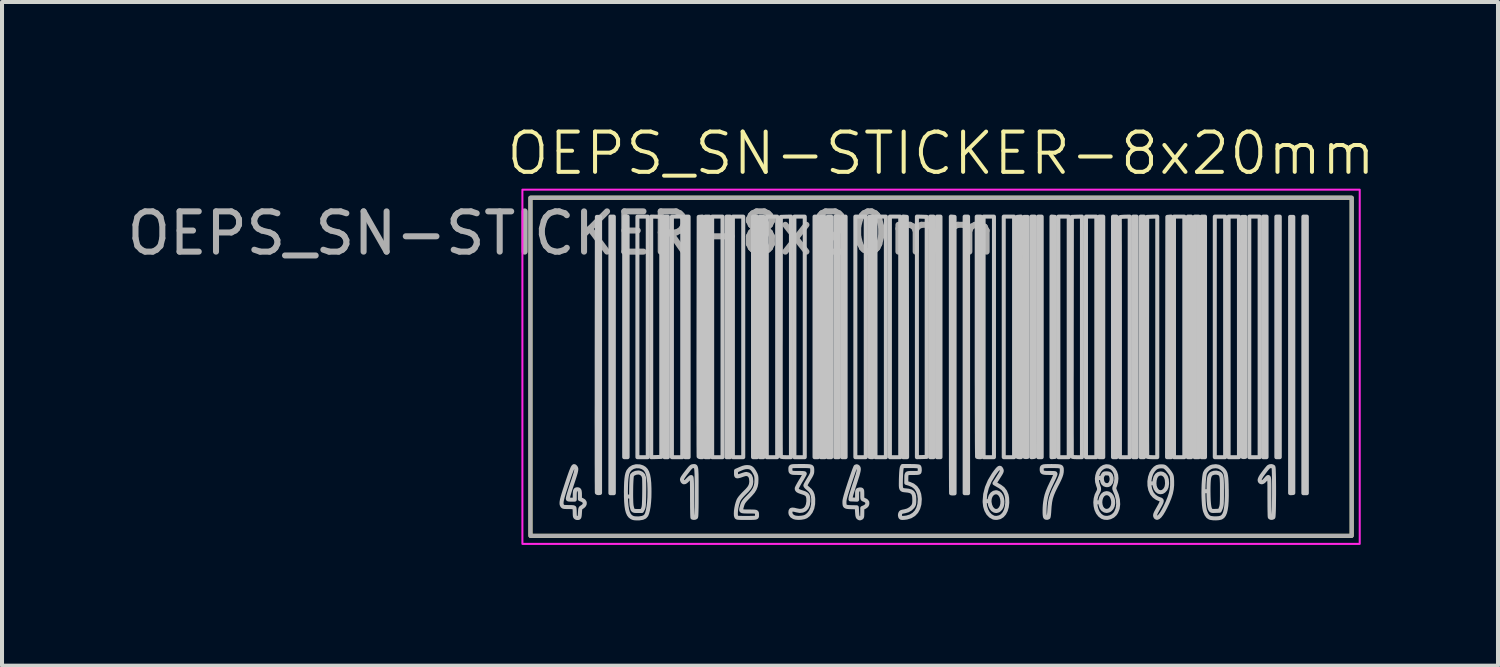
<source format=kicad_pcb>
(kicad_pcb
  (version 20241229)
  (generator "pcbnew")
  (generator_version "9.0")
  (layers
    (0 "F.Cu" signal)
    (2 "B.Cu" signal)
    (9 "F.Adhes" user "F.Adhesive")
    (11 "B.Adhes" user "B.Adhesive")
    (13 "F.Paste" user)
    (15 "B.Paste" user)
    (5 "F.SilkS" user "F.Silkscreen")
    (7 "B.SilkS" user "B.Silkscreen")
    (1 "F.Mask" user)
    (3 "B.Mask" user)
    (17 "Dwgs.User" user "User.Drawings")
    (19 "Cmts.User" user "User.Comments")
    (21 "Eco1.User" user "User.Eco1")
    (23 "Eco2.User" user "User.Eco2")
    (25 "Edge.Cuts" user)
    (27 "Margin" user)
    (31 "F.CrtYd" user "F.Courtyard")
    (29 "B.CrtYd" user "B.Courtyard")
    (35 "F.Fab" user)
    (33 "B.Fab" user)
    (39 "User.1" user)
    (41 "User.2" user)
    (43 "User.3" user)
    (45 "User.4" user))
  (footprint "OEPS_SN-STICKER-8x20mm"
    (layer "F.Cu")
    (at 20.327 6.061)
    (property "Reference" "OEPS_SN-STICKER-8x20mm" (at 0 -5.3 0) (unlocked yes) (layer "F.SilkS") (effects (font (size 1 1) (thickness 0.1))))
    (attr smd exclude_from_pos_files exclude_from_bom)
    (fp_rect (start -10.2 -4.2) (end 10.2 4.2) (stroke (width 0.1) (type default)) (fill no) (layer "F.SilkS"))
    (fp_poly (pts (xy -8.129 -0.294) (xy -8.129 3.141) (xy -8.171 3.141) (xy -8.214 3.141) (xy -8.214 -0.294) (xy -8.214 -3.73) (xy -8.171 -3.73) (xy -8.129 -3.73)) (stroke (width 0.1) (type solid)) (fill no) (layer "Dwgs.User"))
    (fp_poly (pts (xy -7.786 -0.742) (xy -7.786 2.246) (xy -7.829 2.246) (xy -7.871 2.246) (xy -7.871 -0.742) (xy -7.871 -3.73) (xy -7.829 -3.73) (xy -7.786 -3.73)) (stroke (width 0.1) (type solid)) (fill no) (layer "Dwgs.User"))
    (fp_poly (pts (xy -7.286 -0.742) (xy -7.286 2.246) (xy -7.414 2.246) (xy -7.543 2.246) (xy -7.543 -0.742) (xy -7.543 -3.73) (xy -7.414 -3.73) (xy -7.286 -3.73)) (stroke (width 0.1) (type solid)) (fill no) (layer "Dwgs.User"))
    (fp_poly (pts (xy -7.075 -3.728) (xy -6.95 -3.724) (xy -6.95 -0.742) (xy -6.95 2.239) (xy -7.075 2.243) (xy -7.2 2.246) (xy -7.2 -0.742) (xy -7.2 -3.731)) (stroke (width 0.1) (type solid)) (fill no) (layer "Dwgs.User"))
    (fp_poly (pts (xy -6.786 -0.742) (xy -6.786 2.246) (xy -6.829 2.246) (xy -6.871 2.246) (xy -6.871 -0.742) (xy -6.871 -3.73) (xy -6.829 -3.73) (xy -6.786 -3.73)) (stroke (width 0.1) (type solid)) (fill no) (layer "Dwgs.User"))
    (fp_poly (pts (xy -6.429 -0.742) (xy -6.429 2.246) (xy -6.557 2.246) (xy -6.686 2.246) (xy -6.686 -0.742) (xy -6.686 -3.73) (xy -6.557 -3.73) (xy -6.429 -3.73)) (stroke (width 0.1) (type solid)) (fill no) (layer "Dwgs.User"))
    (fp_poly (pts (xy -6.271 -0.742) (xy -6.271 2.246) (xy -6.314 2.246) (xy -6.357 2.246) (xy -6.357 -0.742) (xy -6.357 -3.73) (xy -6.314 -3.73) (xy -6.271 -3.73)) (stroke (width 0.1) (type solid)) (fill no) (layer "Dwgs.User"))
    (fp_poly (pts (xy -5.757 -0.742) (xy -5.757 2.246) (xy -5.807 2.246) (xy -5.857 2.246) (xy -5.857 -0.742) (xy -5.857 -3.73) (xy -5.807 -3.73) (xy -5.757 -3.73)) (stroke (width 0.1) (type solid)) (fill no) (layer "Dwgs.User"))
    (fp_poly (pts (xy -5.429 -0.742) (xy -5.429 2.246) (xy -5.557 2.246) (xy -5.686 2.246) (xy -5.686 -0.742) (xy -5.686 -3.73) (xy -5.557 -3.73) (xy -5.429 -3.73)) (stroke (width 0.1) (type solid)) (fill no) (layer "Dwgs.User"))
    (fp_poly (pts (xy -5.243 -0.742) (xy -5.243 2.246) (xy -5.286 2.246) (xy -5.329 2.246) (xy -5.329 -0.742) (xy -5.329 -3.73) (xy -5.286 -3.73) (xy -5.243 -3.73)) (stroke (width 0.1) (type solid)) (fill no) (layer "Dwgs.User"))
    (fp_poly (pts (xy -4.914 -0.742) (xy -4.914 2.246) (xy -5.043 2.246) (xy -5.171 2.246) (xy -5.171 -0.742) (xy -5.171 -3.73) (xy -5.043 -3.73) (xy -4.914 -3.73)) (stroke (width 0.1) (type solid)) (fill no) (layer "Dwgs.User"))
    (fp_poly (pts (xy -4.571 -0.742) (xy -4.571 2.246) (xy -4.621 2.246) (xy -4.671 2.246) (xy -4.671 -0.742) (xy -4.671 -3.73) (xy -4.621 -3.73) (xy -4.571 -3.73)) (stroke (width 0.1) (type solid)) (fill no) (layer "Dwgs.User"))
    (fp_poly (pts (xy -4.414 -0.742) (xy -4.414 2.246) (xy -4.457 2.246) (xy -4.5 2.246) (xy -4.5 -0.742) (xy -4.5 -3.73) (xy -4.457 -3.73) (xy -4.414 -3.73)) (stroke (width 0.1) (type solid)) (fill no) (layer "Dwgs.User"))
    (fp_poly (pts (xy -4.071 -0.742) (xy -4.071 2.246) (xy -4.2 2.246) (xy -4.329 2.246) (xy -4.329 -0.742) (xy -4.329 -3.73) (xy -4.2 -3.73) (xy -4.071 -3.73)) (stroke (width 0.1) (type solid)) (fill no) (layer "Dwgs.User"))
    (fp_poly (pts (xy -3.386 -0.742) (xy -3.386 2.246) (xy -3.514 2.246) (xy -3.643 2.246) (xy -3.643 -0.742) (xy -3.643 -3.73) (xy -3.514 -3.73) (xy -3.386 -3.73)) (stroke (width 0.1) (type solid)) (fill no) (layer "Dwgs.User"))
    (fp_poly (pts (xy -3.057 -0.742) (xy -3.057 2.246) (xy -3.1 2.246) (xy -3.143 2.246) (xy -3.143 -0.742) (xy -3.143 -3.73) (xy -3.1 -3.73) (xy -3.057 -3.73)) (stroke (width 0.1) (type solid)) (fill no) (layer "Dwgs.User"))
    (fp_poly (pts (xy -2.889 -0.739) (xy -2.886 2.246) (xy -2.936 2.246) (xy -2.986 2.246) (xy -2.982 -0.739) (xy -2.979 -3.724) (xy -2.936 -3.724) (xy -2.893 -3.724)) (stroke (width 0.1) (type solid)) (fill no) (layer "Dwgs.User"))
    (fp_poly (pts (xy -2.729 -0.742) (xy -2.729 2.246) (xy -2.771 2.246) (xy -2.814 2.246) (xy -2.814 -0.742) (xy -2.814 -3.73) (xy -2.771 -3.73) (xy -2.729 -3.73)) (stroke (width 0.1) (type solid)) (fill no) (layer "Dwgs.User"))
    (fp_poly (pts (xy -2.543 -0.742) (xy -2.543 2.246) (xy -2.586 2.246) (xy -2.629 2.246) (xy -2.629 -0.742) (xy -2.629 -3.73) (xy -2.586 -3.73) (xy -2.543 -3.73)) (stroke (width 0.1) (type solid)) (fill no) (layer "Dwgs.User"))
    (fp_poly (pts (xy -2.371 -0.742) (xy -2.371 2.246) (xy -2.414 2.246) (xy -2.457 2.246) (xy -2.457 -0.742) (xy -2.457 -3.73) (xy -2.414 -3.73) (xy -2.371 -3.73)) (stroke (width 0.1) (type solid)) (fill no) (layer "Dwgs.User"))
    (fp_poly (pts (xy -1.871 -0.742) (xy -1.871 2.246) (xy -2 2.246) (xy -2.129 2.246) (xy -2.129 -0.742) (xy -2.129 -3.73) (xy -2 -3.73) (xy -1.871 -3.73)) (stroke (width 0.1) (type solid)) (fill no) (layer "Dwgs.User"))
    (fp_poly (pts (xy -1.371 -0.742) (xy -1.371 2.246) (xy -1.5 2.246) (xy -1.629 2.246) (xy -1.629 -0.742) (xy -1.629 -3.73) (xy -1.5 -3.73) (xy -1.371 -3.73)) (stroke (width 0.1) (type solid)) (fill no) (layer "Dwgs.User"))
    (fp_poly (pts (xy -1.014 -0.742) (xy -1.014 2.246) (xy -1.143 2.246) (xy -1.271 2.246) (xy -1.271 -0.742) (xy -1.271 -3.73) (xy -1.143 -3.73) (xy -1.014 -3.73)) (stroke (width 0.1) (type solid)) (fill no) (layer "Dwgs.User"))
    (fp_poly (pts (xy -0.896 -3.728) (xy -0.85 -3.724) (xy -0.846 -0.739) (xy -0.843 2.246) (xy -0.893 2.246) (xy -0.943 2.246) (xy -0.943 -0.743) (xy -0.943 -3.732)) (stroke (width 0.1) (type solid)) (fill no) (layer "Dwgs.User"))
    (fp_poly (pts (xy -0.478 -3.728) (xy -0.357 -3.724) (xy -0.357 -0.742) (xy -0.357 2.239) (xy -0.478 2.243) (xy -0.6 2.246) (xy -0.6 -0.742) (xy -0.6 -3.731)) (stroke (width 0.1) (type solid)) (fill no) (layer "Dwgs.User"))
    (fp_poly (pts (xy -0.186 -0.742) (xy -0.186 2.246) (xy -0.229 2.246) (xy -0.271 2.246) (xy -0.271 -0.742) (xy -0.271 -3.73) (xy -0.229 -3.73) (xy -0.186 -3.73)) (stroke (width 0.1) (type solid)) (fill no) (layer "Dwgs.User"))
    (fp_poly (pts (xy -0.014 -0.742) (xy -0.014 2.246) (xy -0.057 2.246) (xy -0.1 2.246) (xy -0.1 -0.742) (xy -0.1 -3.73) (xy -0.057 -3.73) (xy -0.014 -3.73)) (stroke (width 0.1) (type solid)) (fill no) (layer "Dwgs.User"))
    (fp_poly (pts (xy 0.671 -0.294) (xy 0.671 3.141) (xy 0.629 3.141) (xy 0.586 3.141) (xy 0.586 -0.294) (xy 0.586 -3.73) (xy 0.629 -3.73) (xy 0.671 -3.73)) (stroke (width 0.1) (type solid)) (fill no) (layer "Dwgs.User"))
    (fp_poly (pts (xy 1.314 -0.742) (xy 1.314 2.246) (xy 1.186 2.246) (xy 1.057 2.246) (xy 1.057 -0.742) (xy 1.057 -3.73) (xy 1.186 -3.73) (xy 1.314 -3.73)) (stroke (width 0.1) (type solid)) (fill no) (layer "Dwgs.User"))
    (fp_poly (pts (xy 1.814 -0.742) (xy 1.814 2.246) (xy 1.686 2.246) (xy 1.557 2.246) (xy 1.557 -0.742) (xy 1.557 -3.73) (xy 1.686 -3.73) (xy 1.814 -3.73)) (stroke (width 0.1) (type solid)) (fill no) (layer "Dwgs.User"))
    (fp_poly (pts (xy 2.5 -0.742) (xy 2.5 2.246) (xy 2.457 2.246) (xy 2.414 2.246) (xy 2.414 -0.742) (xy 2.414 -3.73) (xy 2.457 -3.73) (xy 2.5 -3.73)) (stroke (width 0.1) (type solid)) (fill no) (layer "Dwgs.User"))
    (fp_poly (pts (xy 2.786 -3.728) (xy 2.829 -3.724) (xy 2.829 -0.742) (xy 2.829 2.239) (xy 2.786 2.243) (xy 2.743 2.247) (xy 2.743 -0.742) (xy 2.743 -3.732)) (stroke (width 0.1) (type solid)) (fill no) (layer "Dwgs.User"))
    (fp_poly (pts (xy 3.171 -0.742) (xy 3.171 2.246) (xy 3.043 2.246) (xy 2.914 2.246) (xy 2.914 -0.742) (xy 2.914 -3.73) (xy 3.043 -3.73) (xy 3.171 -3.73)) (stroke (width 0.1) (type solid)) (fill no) (layer "Dwgs.User"))
    (fp_poly (pts (xy 3.857 -0.742) (xy 3.857 2.246) (xy 3.729 2.246) (xy 3.6 2.246) (xy 3.6 -0.742) (xy 3.6 -3.73) (xy 3.729 -3.73) (xy 3.857 -3.73)) (stroke (width 0.1) (type solid)) (fill no) (layer "Dwgs.User"))
    (fp_poly (pts (xy 4.029 -0.742) (xy 4.029 2.246) (xy 3.979 2.246) (xy 3.929 2.246) (xy 3.929 -0.742) (xy 3.929 -3.73) (xy 3.979 -3.73) (xy 4.029 -3.73)) (stroke (width 0.1) (type solid)) (fill no) (layer "Dwgs.User"))
    (fp_poly (pts (xy 4.357 -0.742) (xy 4.357 2.246) (xy 4.314 2.246) (xy 4.271 2.246) (xy 4.271 -0.742) (xy 4.271 -3.73) (xy 4.314 -3.73) (xy 4.357 -3.73)) (stroke (width 0.1) (type solid)) (fill no) (layer "Dwgs.User"))
    (fp_poly (pts (xy 4.857 -0.742) (xy 4.857 2.246) (xy 4.814 2.246) (xy 4.771 2.246) (xy 4.771 -0.742) (xy 4.771 -3.73) (xy 4.814 -3.73) (xy 4.857 -3.73)) (stroke (width 0.1) (type solid)) (fill no) (layer "Dwgs.User"))
    (fp_poly (pts (xy 5.043 -0.742) (xy 5.043 2.246) (xy 5 2.246) (xy 4.957 2.246) (xy 4.957 -0.742) (xy 4.957 -3.73) (xy 5 -3.73) (xy 5.043 -3.73)) (stroke (width 0.1) (type solid)) (fill no) (layer "Dwgs.User"))
    (fp_poly (pts (xy 5.714 -0.743) (xy 5.714 2.246) (xy 5.664 2.246) (xy 5.614 2.246) (xy 5.618 -0.739) (xy 5.621 -3.724) (xy 5.668 -3.728) (xy 5.714 -3.732)) (stroke (width 0.1) (type solid)) (fill no) (layer "Dwgs.User"))
    (fp_poly (pts (xy 6.043 -0.742) (xy 6.043 2.246) (xy 5.914 2.246) (xy 5.786 2.246) (xy 5.786 -0.742) (xy 5.786 -3.73) (xy 5.914 -3.73) (xy 6.043 -3.73)) (stroke (width 0.1) (type solid)) (fill no) (layer "Dwgs.User"))
    (fp_poly (pts (xy 6.214 -0.742) (xy 6.214 2.246) (xy 6.171 2.246) (xy 6.129 2.246) (xy 6.129 -0.742) (xy 6.129 -3.73) (xy 6.171 -3.73) (xy 6.214 -3.73)) (stroke (width 0.1) (type solid)) (fill no) (layer "Dwgs.User"))
    (fp_poly (pts (xy 6.4 -0.742) (xy 6.4 2.246) (xy 6.35 2.246) (xy 6.3 2.246) (xy 6.3 -0.742) (xy 6.3 -3.73) (xy 6.35 -3.73) (xy 6.4 -3.73)) (stroke (width 0.1) (type solid)) (fill no) (layer "Dwgs.User"))
    (fp_poly (pts (xy 6.557 -0.742) (xy 6.557 2.246) (xy 6.514 2.246) (xy 6.471 2.246) (xy 6.471 -0.742) (xy 6.471 -3.73) (xy 6.514 -3.73) (xy 6.557 -3.73)) (stroke (width 0.1) (type solid)) (fill no) (layer "Dwgs.User"))
    (fp_poly (pts (xy 7.057 -0.742) (xy 7.057 2.246) (xy 6.929 2.246) (xy 6.8 2.246) (xy 6.8 -0.742) (xy 6.8 -3.73) (xy 6.929 -3.73) (xy 7.057 -3.73)) (stroke (width 0.1) (type solid)) (fill no) (layer "Dwgs.User"))
    (fp_poly (pts (xy 7.4 -0.742) (xy 7.4 2.246) (xy 7.271 2.246) (xy 7.143 2.246) (xy 7.143 -0.742) (xy 7.143 -3.73) (xy 7.271 -3.73) (xy 7.4 -3.73)) (stroke (width 0.1) (type solid)) (fill no) (layer "Dwgs.User"))
    (fp_poly (pts (xy 7.914 -0.742) (xy 7.914 2.246) (xy 7.786 2.246) (xy 7.657 2.246) (xy 7.657 -0.742) (xy 7.657 -3.73) (xy 7.786 -3.73) (xy 7.914 -3.73)) (stroke (width 0.1) (type solid)) (fill no) (layer "Dwgs.User"))
    (fp_poly (pts (xy 8.086 -0.742) (xy 8.086 2.246) (xy 8.043 2.246) (xy 8 2.246) (xy 8 -0.742) (xy 8 -3.73) (xy 8.043 -3.73) (xy 8.086 -3.73)) (stroke (width 0.1) (type solid)) (fill no) (layer "Dwgs.User"))
    (fp_poly (pts (xy 8.414 -0.742) (xy 8.414 2.246) (xy 8.371 2.246) (xy 8.329 2.246) (xy 8.329 -0.742) (xy 8.329 -3.73) (xy 8.371 -3.73) (xy 8.414 -3.73)) (stroke (width 0.1) (type solid)) (fill no) (layer "Dwgs.User"))
    (fp_poly (pts (xy 9.086 -0.294) (xy 9.086 3.141) (xy 9.043 3.141) (xy 9 3.141) (xy 9 -0.294) (xy 9 -3.73) (xy 9.043 -3.73) (xy 9.086 -3.73)) (stroke (width 0.1) (type solid)) (fill no) (layer "Dwgs.User"))
    (fp_poly (pts (xy -5.929 -0.743) (xy -5.929 2.246) (xy -5.972 2.246) (xy -6.005 2.241) (xy -6.022 2.23) (xy -6.023 2.217) (xy -6.023 2.18) (xy -6.024 2.12) (xy -6.024 2.04) (xy -6.025 1.939) (xy -6.025 1.818) (xy -6.025 1.68) (xy -6.025 1.524) (xy -6.026 1.353) (xy -6.026 1.166) (xy -6.026 0.966) (xy -6.026 0.753) (xy -6.026 0.528) (xy -6.026 0.292) (xy -6.026 0.046) (xy -6.026 -0.208) (xy -6.025 -0.469) (xy -6.025 -0.737) (xy -6.025 -0.755) (xy -6.021 -3.724) (xy -5.975 -3.728) (xy -5.929 -3.732)) (stroke (width 0.1) (type solid)) (fill no) (layer "Dwgs.User"))
    (fp_poly (pts (xy 0.986 -0.742) (xy 0.986 2.246) (xy 0.945 2.246) (xy 0.913 2.243) (xy 0.895 2.237) (xy 0.894 2.224) (xy 0.894 2.188) (xy 0.893 2.129) (xy 0.892 2.049) (xy 0.891 1.949) (xy 0.89 1.829) (xy 0.89 1.691) (xy 0.889 1.536) (xy 0.889 1.365) (xy 0.888 1.179) (xy 0.887 0.979) (xy 0.887 0.766) (xy 0.887 0.541) (xy 0.886 0.306) (xy 0.886 0.06) (xy 0.886 -0.194) (xy 0.886 -0.455) (xy 0.886 -0.723) (xy 0.886 -0.751) (xy 0.886 -3.73) (xy 0.936 -3.73) (xy 0.986 -3.73)) (stroke (width 0.1) (type solid)) (fill no) (layer "Dwgs.User"))
    (fp_poly (pts (xy 1.986 -0.743) (xy 1.986 2.246) (xy 1.944 2.246) (xy 1.911 2.242) (xy 1.894 2.235) (xy 1.893 2.222) (xy 1.893 2.185) (xy 1.892 2.126) (xy 1.892 2.046) (xy 1.891 1.946) (xy 1.891 1.826) (xy 1.89 1.688) (xy 1.89 1.533) (xy 1.89 1.361) (xy 1.889 1.175) (xy 1.889 0.975) (xy 1.889 0.762) (xy 1.889 0.537) (xy 1.889 0.301) (xy 1.889 0.056) (xy 1.889 -0.198) (xy 1.889 -0.459) (xy 1.89 -0.727) (xy 1.89 -0.75) (xy 1.893 -3.724) (xy 1.939 -3.728) (xy 1.986 -3.732)) (stroke (width 0.1) (type solid)) (fill no) (layer "Dwgs.User"))
    (fp_poly (pts (xy 2.15 -0.742) (xy 2.15 2.239) (xy 2.111 2.243) (xy 2.078 2.241) (xy 2.064 2.231) (xy 2.063 2.217) (xy 2.063 2.18) (xy 2.062 2.121) (xy 2.062 2.04) (xy 2.061 1.939) (xy 2.061 1.819) (xy 2.061 1.68) (xy 2.06 1.525) (xy 2.06 1.353) (xy 2.06 1.166) (xy 2.06 0.966) (xy 2.06 0.753) (xy 2.06 0.528) (xy 2.06 0.292) (xy 2.06 0.046) (xy 2.06 -0.208) (xy 2.06 -0.469) (xy 2.061 -0.737) (xy 2.061 -0.755) (xy 2.064 -3.724) (xy 2.107 -3.724) (xy 2.15 -3.724)) (stroke (width 0.1) (type solid)) (fill no) (layer "Dwgs.User"))
    (fp_poly (pts (xy 7.558 -0.742) (xy 7.558 2.239) (xy 7.522 2.243) (xy 7.491 2.241) (xy 7.478 2.231) (xy 7.478 2.217) (xy 7.477 2.18) (xy 7.477 2.121) (xy 7.476 2.04) (xy 7.476 1.939) (xy 7.475 1.819) (xy 7.475 1.68) (xy 7.475 1.525) (xy 7.474 1.353) (xy 7.474 1.166) (xy 7.474 0.966) (xy 7.474 0.753) (xy 7.474 0.528) (xy 7.474 0.292) (xy 7.474 0.046) (xy 7.474 -0.208) (xy 7.475 -0.469) (xy 7.475 -0.737) (xy 7.475 -0.755) (xy 7.479 -3.724) (xy 7.518 -3.724) (xy 7.558 -3.724)) (stroke (width 0.1) (type solid)) (fill no) (layer "Dwgs.User"))
    (fp_poly (pts (xy -8.471 -0.294) (xy -8.471 3.135) (xy -8.507 3.139) (xy -8.537 3.136) (xy -8.55 3.127) (xy -8.551 3.113) (xy -8.551 3.076) (xy -8.552 3.017) (xy -8.552 2.935) (xy -8.553 2.834) (xy -8.553 2.712) (xy -8.553 2.572) (xy -8.554 2.415) (xy -8.554 2.241) (xy -8.554 2.051) (xy -8.554 1.847) (xy -8.554 1.629) (xy -8.555 1.398) (xy -8.555 1.155) (xy -8.554 0.902) (xy -8.554 0.64) (xy -8.554 0.368) (xy -8.554 0.089) (xy -8.554 -0.197) (xy -8.554 -0.307) (xy -8.55 -3.724) (xy -8.51 -3.724) (xy -8.47 -3.724)) (stroke (width 0.1) (type solid)) (fill no) (layer "Dwgs.User"))
    (fp_poly (pts (xy -1.7 -0.743) (xy -1.7 2.246) (xy -1.743 2.246) (xy -1.773 2.242) (xy -1.786 2.233) (xy -1.786 2.233) (xy -1.786 2.22) (xy -1.786 2.183) (xy -1.786 2.124) (xy -1.786 2.044) (xy -1.786 1.943) (xy -1.786 1.823) (xy -1.786 1.685) (xy -1.786 1.53) (xy -1.786 1.358) (xy -1.786 1.172) (xy -1.786 0.972) (xy -1.786 0.758) (xy -1.786 0.534) (xy -1.786 0.298) (xy -1.786 0.053) (xy -1.786 -0.201) (xy -1.786 -0.463) (xy -1.786 -0.731) (xy -1.786 -0.752) (xy -1.786 -3.724) (xy -1.743 -3.728) (xy -1.7 -3.732)) (stroke (width 0.1) (type solid)) (fill no) (layer "Dwgs.User"))
    (fp_poly (pts (xy 0.289 -3.728) (xy 0.336 -3.724) (xy 0.336 -0.289) (xy 0.336 3.145) (xy 0.296 3.147) (xy 0.264 3.146) (xy 0.249 3.143) (xy 0.249 3.13) (xy 0.248 3.094) (xy 0.248 3.035) (xy 0.247 2.955) (xy 0.247 2.854) (xy 0.246 2.734) (xy 0.246 2.594) (xy 0.245 2.438) (xy 0.245 2.264) (xy 0.245 2.075) (xy 0.244 1.871) (xy 0.244 1.654) (xy 0.244 1.423) (xy 0.243 1.181) (xy 0.243 0.928) (xy 0.243 0.666) (xy 0.243 0.394) (xy 0.243 0.115) (xy 0.243 -0.171) (xy 0.243 -0.297) (xy 0.243 -3.732)) (stroke (width 0.1) (type solid)) (fill no) (layer "Dwgs.User"))
    (fp_poly (pts (xy 2.329 -0.755) (xy 2.329 -0.486) (xy 2.329 -0.224) (xy 2.329 0.031) (xy 2.329 0.277) (xy 2.329 0.513) (xy 2.329 0.739) (xy 2.329 0.953) (xy 2.329 1.154) (xy 2.33 1.342) (xy 2.33 1.514) (xy 2.33 1.671) (xy 2.33 1.81) (xy 2.331 1.932) (xy 2.331 2.034) (xy 2.331 2.116) (xy 2.331 2.177) (xy 2.332 2.215) (xy 2.332 2.23) (xy 2.332 2.23) (xy 2.322 2.237) (xy 2.293 2.243) (xy 2.289 2.243) (xy 2.243 2.247) (xy 2.243 -0.742) (xy 2.243 -3.73) (xy 2.286 -3.73) (xy 2.329 -3.73)) (stroke (width 0.1) (type solid)) (fill no) (layer "Dwgs.User"))
    (fp_poly (pts (xy 8.75 -0.294) (xy 8.75 3.135) (xy 8.711 3.139) (xy 8.682 3.141) (xy 8.671 3.139) (xy 8.671 3.127) (xy 8.671 3.091) (xy 8.671 3.032) (xy 8.671 2.952) (xy 8.671 2.851) (xy 8.671 2.731) (xy 8.671 2.592) (xy 8.671 2.435) (xy 8.671 2.262) (xy 8.671 2.073) (xy 8.671 1.869) (xy 8.671 1.652) (xy 8.671 1.421) (xy 8.671 1.179) (xy 8.671 0.927) (xy 8.671 0.664) (xy 8.671 0.393) (xy 8.671 0.114) (xy 8.671 -0.172) (xy 8.671 -0.294) (xy 8.671 -3.724) (xy 8.711 -3.724) (xy 8.75 -3.724)) (stroke (width 0.1) (type solid)) (fill no) (layer "Dwgs.User"))
    (fp_poly (pts (xy -3.729 -0.743) (xy -3.729 2.246) (xy -3.85 2.246) (xy -3.919 2.244) (xy -3.961 2.239) (xy -3.979 2.231) (xy -3.979 2.23) (xy -3.98 2.217) (xy -3.98 2.18) (xy -3.981 2.12) (xy -3.981 2.04) (xy -3.982 1.939) (xy -3.982 1.818) (xy -3.982 1.68) (xy -3.983 1.524) (xy -3.983 1.353) (xy -3.983 1.166) (xy -3.983 0.966) (xy -3.983 0.753) (xy -3.983 0.528) (xy -3.983 0.292) (xy -3.983 0.046) (xy -3.983 -0.208) (xy -3.983 -0.469) (xy -3.982 -0.737) (xy -3.982 -0.755) (xy -3.979 -3.724) (xy -3.854 -3.728) (xy -3.729 -3.731)) (stroke (width 0.1) (type solid)) (fill no) (layer "Dwgs.User"))
    (fp_poly (pts (xy 3.5 -0.743) (xy 3.5 2.246) (xy 3.378 2.246) (xy 3.31 2.244) (xy 3.268 2.239) (xy 3.25 2.231) (xy 3.249 2.23) (xy 3.249 2.217) (xy 3.248 2.18) (xy 3.248 2.12) (xy 3.247 2.04) (xy 3.247 1.939) (xy 3.247 1.818) (xy 3.246 1.68) (xy 3.246 1.524) (xy 3.246 1.353) (xy 3.246 1.166) (xy 3.245 0.966) (xy 3.245 0.753) (xy 3.245 0.528) (xy 3.245 0.292) (xy 3.246 0.046) (xy 3.246 -0.208) (xy 3.246 -0.469) (xy 3.246 -0.737) (xy 3.246 -0.755) (xy 3.25 -3.724) (xy 3.375 -3.728) (xy 3.5 -3.731)) (stroke (width 0.1) (type solid)) (fill no) (layer "Dwgs.User"))
    (fp_poly (pts (xy 4.686 -0.743) (xy 4.686 2.246) (xy 4.564 2.246) (xy 4.443 2.246) (xy 4.443 -0.73) (xy 4.443 -0.999) (xy 4.443 -1.261) (xy 4.443 -1.515) (xy 4.443 -1.762) (xy 4.443 -1.998) (xy 4.442 -2.224) (xy 4.442 -2.438) (xy 4.442 -2.639) (xy 4.442 -2.826) (xy 4.442 -2.999) (xy 4.441 -3.155) (xy 4.441 -3.295) (xy 4.441 -3.416) (xy 4.441 -3.519) (xy 4.44 -3.601) (xy 4.44 -3.661) (xy 4.44 -3.7) (xy 4.439 -3.715) (xy 4.439 -3.715) (xy 4.451 -3.719) (xy 4.485 -3.724) (xy 4.535 -3.727) (xy 4.561 -3.728) (xy 4.686 -3.731)) (stroke (width 0.1) (type solid)) (fill no) (layer "Dwgs.User"))
    (fp_poly (pts (xy 5.371 -0.743) (xy 5.371 2.246) (xy 5.251 2.246) (xy 5.195 2.244) (xy 5.151 2.241) (xy 5.126 2.237) (xy 5.123 2.235) (xy 5.122 2.222) (xy 5.121 2.185) (xy 5.121 2.126) (xy 5.12 2.046) (xy 5.12 1.945) (xy 5.119 1.825) (xy 5.119 1.687) (xy 5.118 1.532) (xy 5.118 1.361) (xy 5.118 1.175) (xy 5.118 0.975) (xy 5.118 0.762) (xy 5.118 0.537) (xy 5.118 0.301) (xy 5.118 0.056) (xy 5.118 -0.198) (xy 5.118 -0.46) (xy 5.118 -0.728) (xy 5.118 -0.75) (xy 5.121 -3.724) (xy 5.246 -3.728) (xy 5.371 -3.731)) (stroke (width 0.1) (type solid)) (fill no) (layer "Dwgs.User"))
    (fp_poly (pts (xy 8.244 2.478) (xy 8.257 2.49) (xy 8.26 2.508) (xy 8.264 2.547) (xy 8.266 2.605) (xy 8.268 2.678) (xy 8.27 2.765) (xy 8.271 2.86) (xy 8.272 2.963) (xy 8.272 3.07) (xy 8.272 3.178) (xy 8.271 3.284) (xy 8.27 3.386) (xy 8.269 3.48) (xy 8.267 3.565) (xy 8.264 3.635) (xy 8.261 3.69) (xy 8.258 3.726) (xy 8.254 3.74) (xy 8.225 3.753) (xy 8.192 3.753) (xy 8.169 3.74) (xy 8.166 3.735) (xy 8.164 3.719) (xy 8.162 3.681) (xy 8.161 3.624) (xy 8.159 3.551) (xy 8.158 3.464) (xy 8.158 3.366) (xy 8.157 3.26) (xy 8.157 3.226) (xy 8.157 3.097) (xy 8.157 2.991) (xy 8.156 2.905) (xy 8.154 2.84) (xy 8.15 2.792) (xy 8.145 2.76) (xy 8.137 2.742) (xy 8.127 2.738) (xy 8.113 2.744) (xy 8.096 2.76) (xy 8.075 2.783) (xy 8.057 2.804) (xy 8.015 2.847) (xy 7.98 2.868) (xy 7.951 2.868) (xy 7.931 2.857) (xy 7.915 2.833) (xy 7.915 2.801) (xy 7.931 2.759) (xy 7.964 2.703) (xy 8.012 2.638) (xy 8.051 2.586) (xy 8.087 2.541) (xy 8.116 2.507) (xy 8.134 2.488) (xy 8.134 2.488) (xy 8.169 2.47) (xy 8.21 2.467)) (stroke (width 0.1) (type solid)) (fill no) (layer "Dwgs.User"))
    (fp_poly (pts (xy -6.124 2.467) (xy -6.111 2.471) (xy -6.1 2.48) (xy -6.092 2.496) (xy -6.085 2.522) (xy -6.08 2.558) (xy -6.077 2.608) (xy -6.074 2.673) (xy -6.073 2.755) (xy -6.072 2.856) (xy -6.072 2.977) (xy -6.072 3.117) (xy -6.072 3.265) (xy -6.072 3.389) (xy -6.073 3.492) (xy -6.075 3.575) (xy -6.077 3.639) (xy -6.079 3.686) (xy -6.082 3.718) (xy -6.086 3.736) (xy -6.089 3.74) (xy -6.116 3.752) (xy -6.15 3.754) (xy -6.176 3.747) (xy -6.176 3.747) (xy -6.178 3.733) (xy -6.18 3.697) (xy -6.182 3.643) (xy -6.183 3.571) (xy -6.185 3.486) (xy -6.185 3.389) (xy -6.186 3.284) (xy -6.186 3.244) (xy -6.186 3.111) (xy -6.187 3) (xy -6.188 2.912) (xy -6.19 2.843) (xy -6.193 2.793) (xy -6.196 2.761) (xy -6.2 2.744) (xy -6.202 2.741) (xy -6.211 2.739) (xy -6.224 2.744) (xy -6.242 2.758) (xy -6.271 2.785) (xy -6.313 2.828) (xy -6.324 2.839) (xy -6.361 2.866) (xy -6.394 2.869) (xy -6.42 2.849) (xy -6.434 2.816) (xy -6.436 2.799) (xy -6.431 2.78) (xy -6.418 2.754) (xy -6.394 2.718) (xy -6.358 2.668) (xy -6.325 2.626) (xy -6.279 2.566) (xy -6.245 2.524) (xy -6.219 2.497) (xy -6.199 2.48) (xy -6.181 2.472) (xy -6.161 2.469) (xy -6.159 2.469) (xy -6.14 2.467)) (stroke (width 0.1) (type solid)) (fill no) (layer "Dwgs.User"))
    (fp_poly (pts (xy 2.836 2.467) (xy 2.902 2.469) (xy 2.947 2.475) (xy 2.976 2.485) (xy 2.991 2.503) (xy 2.998 2.529) (xy 2.999 2.564) (xy 3 2.571) (xy 2.997 2.618) (xy 2.988 2.667) (xy 2.97 2.722) (xy 2.943 2.787) (xy 2.905 2.867) (xy 2.858 2.957) (xy 2.802 3.07) (xy 2.76 3.169) (xy 2.729 3.264) (xy 2.709 3.361) (xy 2.696 3.468) (xy 2.69 3.552) (xy 2.686 3.616) (xy 2.681 3.671) (xy 2.675 3.713) (xy 2.669 3.737) (xy 2.668 3.739) (xy 2.639 3.753) (xy 2.605 3.75) (xy 2.589 3.74) (xy 2.581 3.721) (xy 2.575 3.682) (xy 2.572 3.627) (xy 2.572 3.563) (xy 2.574 3.493) (xy 2.579 3.421) (xy 2.586 3.362) (xy 2.601 3.272) (xy 2.622 3.185) (xy 2.652 3.097) (xy 2.693 2.999) (xy 2.746 2.887) (xy 2.75 2.879) (xy 2.781 2.814) (xy 2.808 2.756) (xy 2.828 2.708) (xy 2.84 2.676) (xy 2.843 2.664) (xy 2.841 2.653) (xy 2.834 2.645) (xy 2.815 2.641) (xy 2.779 2.639) (xy 2.722 2.638) (xy 2.691 2.638) (xy 2.614 2.637) (xy 2.561 2.632) (xy 2.527 2.622) (xy 2.509 2.605) (xy 2.502 2.578) (xy 2.5 2.555) (xy 2.501 2.523) (xy 2.506 2.499) (xy 2.521 2.484) (xy 2.547 2.474) (xy 2.59 2.469) (xy 2.654 2.467) (xy 2.743 2.466) (xy 2.745 2.466)) (stroke (width 0.1) (type solid)) (fill no) (layer "Dwgs.User"))
    (fp_poly (pts (xy 1.478 2.517) (xy 1.495 2.542) (xy 1.505 2.566) (xy 1.508 2.58) (xy 1.506 2.595) (xy 1.5 2.614) (xy 1.486 2.642) (xy 1.463 2.681) (xy 1.429 2.735) (xy 1.388 2.8) (xy 1.327 2.894) (xy 1.36 2.914) (xy 1.391 2.932) (xy 1.434 2.957) (xy 1.463 2.973) (xy 1.536 3.028) (xy 1.591 3.1) (xy 1.627 3.187) (xy 1.641 3.262) (xy 1.645 3.376) (xy 1.633 3.479) (xy 1.608 3.568) (xy 1.57 3.642) (xy 1.52 3.699) (xy 1.46 3.737) (xy 1.39 3.753) (xy 1.367 3.754) (xy 1.328 3.751) (xy 1.3 3.745) (xy 1.228 3.704) (xy 1.169 3.642) (xy 1.125 3.563) (xy 1.095 3.468) (xy 1.083 3.36) (xy 1.083 3.338) (xy 1.203 3.338) (xy 1.205 3.368) (xy 1.22 3.441) (xy 1.247 3.501) (xy 1.283 3.547) (xy 1.326 3.575) (xy 1.373 3.584) (xy 1.421 3.571) (xy 1.438 3.561) (xy 1.479 3.52) (xy 1.507 3.467) (xy 1.522 3.406) (xy 1.525 3.341) (xy 1.516 3.278) (xy 1.497 3.219) (xy 1.467 3.17) (xy 1.428 3.135) (xy 1.38 3.118) (xy 1.364 3.117) (xy 1.312 3.128) (xy 1.267 3.16) (xy 1.232 3.208) (xy 1.21 3.269) (xy 1.203 3.338) (xy 1.083 3.338) (xy 1.083 3.332) (xy 1.097 3.165) (xy 1.139 3) (xy 1.208 2.837) (xy 1.306 2.674) (xy 1.349 2.614) (xy 1.391 2.56) (xy 1.423 2.526) (xy 1.446 2.51) (xy 1.465 2.509)) (stroke (width 0.1) (type solid)) (fill no) (layer "Dwgs.User"))
    (fp_poly (pts (xy 5.514 2.475) (xy 5.546 2.482) (xy 5.572 2.499) (xy 5.599 2.523) (xy 5.636 2.564) (xy 5.674 2.613) (xy 5.693 2.64) (xy 5.712 2.672) (xy 5.725 2.701) (xy 5.733 2.734) (xy 5.737 2.778) (xy 5.74 2.84) (xy 5.74 2.841) (xy 5.74 2.944) (xy 5.73 3.043) (xy 5.709 3.143) (xy 5.675 3.248) (xy 5.628 3.365) (xy 5.576 3.475) (xy 5.525 3.573) (xy 5.478 3.651) (xy 5.435 3.707) (xy 5.397 3.741) (xy 5.364 3.753) (xy 5.338 3.743) (xy 5.329 3.731) (xy 5.319 3.711) (xy 5.317 3.689) (xy 5.322 3.662) (xy 5.337 3.625) (xy 5.364 3.575) (xy 5.4 3.51) (xy 5.44 3.439) (xy 5.466 3.387) (xy 5.48 3.35) (xy 5.482 3.324) (xy 5.472 3.308) (xy 5.451 3.296) (xy 5.432 3.291) (xy 5.362 3.261) (xy 5.296 3.214) (xy 5.245 3.155) (xy 5.237 3.143) (xy 5.197 3.053) (xy 5.177 2.952) (xy 5.176 2.896) (xy 5.3 2.896) (xy 5.308 2.968) (xy 5.33 3.028) (xy 5.362 3.075) (xy 5.402 3.105) (xy 5.448 3.117) (xy 5.496 3.109) (xy 5.534 3.086) (xy 5.577 3.04) (xy 5.603 2.981) (xy 5.614 2.906) (xy 5.614 2.884) (xy 5.607 2.802) (xy 5.585 2.735) (xy 5.549 2.687) (xy 5.502 2.658) (xy 5.456 2.65) (xy 5.401 2.662) (xy 5.357 2.694) (xy 5.325 2.747) (xy 5.306 2.818) (xy 5.3 2.896) (xy 5.176 2.896) (xy 5.175 2.847) (xy 5.191 2.743) (xy 5.224 2.647) (xy 5.27 2.572) (xy 5.317 2.521) (xy 5.365 2.49) (xy 5.422 2.476) (xy 5.467 2.473)) (stroke (width 0.1) (type solid)) (fill no) (layer "Dwgs.User"))
    (fp_poly (pts (xy -0.666 2.467) (xy -0.6 2.471) (xy -0.559 2.476) (xy -0.546 2.481) (xy -0.535 2.502) (xy -0.53 2.538) (xy -0.529 2.578) (xy -0.535 2.612) (xy -0.537 2.619) (xy -0.546 2.628) (xy -0.566 2.633) (xy -0.602 2.637) (xy -0.66 2.638) (xy -0.695 2.638) (xy -0.766 2.638) (xy -0.813 2.642) (xy -0.842 2.652) (xy -0.856 2.674) (xy -0.862 2.711) (xy -0.863 2.767) (xy -0.863 2.782) (xy -0.864 2.885) (xy -0.788 2.907) (xy -0.699 2.945) (xy -0.628 3.002) (xy -0.576 3.077) (xy -0.543 3.169) (xy -0.529 3.277) (xy -0.529 3.297) (xy -0.538 3.414) (xy -0.567 3.515) (xy -0.613 3.6) (xy -0.677 3.667) (xy -0.757 3.716) (xy -0.852 3.745) (xy -0.907 3.752) (xy -0.957 3.755) (xy -0.986 3.753) (xy -1.002 3.746) (xy -1.011 3.731) (xy -1.014 3.726) (xy -1.022 3.687) (xy -1.016 3.648) (xy -1 3.618) (xy -0.987 3.609) (xy -0.959 3.6) (xy -0.917 3.592) (xy -0.905 3.59) (xy -0.827 3.568) (xy -0.757 3.528) (xy -0.703 3.475) (xy -0.698 3.467) (xy -0.681 3.439) (xy -0.671 3.41) (xy -0.666 3.373) (xy -0.664 3.321) (xy -0.664 3.301) (xy -0.668 3.222) (xy -0.682 3.163) (xy -0.709 3.122) (xy -0.752 3.094) (xy -0.813 3.078) (xy -0.875 3.071) (xy -0.916 3.067) (xy -0.947 3.061) (xy -0.97 3.05) (xy -0.985 3.031) (xy -0.995 3.001) (xy -0.999 2.957) (xy -0.999 2.895) (xy -0.998 2.813) (xy -0.997 2.777) (xy -0.994 2.696) (xy -0.99 2.623) (xy -0.985 2.564) (xy -0.979 2.521) (xy -0.974 2.5) (xy -0.958 2.466) (xy -0.76 2.466)) (stroke (width 0.1) (type solid)) (fill no) (layer "Dwgs.User"))
    (fp_poly (pts (xy -2.069 2.481) (xy -2.049 2.508) (xy -2.048 2.512) (xy -2.044 2.532) (xy -2.044 2.557) (xy -2.049 2.59) (xy -2.059 2.633) (xy -2.074 2.69) (xy -2.097 2.762) (xy -2.126 2.854) (xy -2.149 2.922) (xy -2.175 3.003) (xy -2.199 3.08) (xy -2.22 3.146) (xy -2.235 3.2) (xy -2.244 3.236) (xy -2.246 3.247) (xy -2.25 3.295) (xy -2.168 3.298) (xy -2.086 3.302) (xy -2.086 3.185) (xy -2.085 3.13) (xy -2.083 3.095) (xy -2.077 3.073) (xy -2.067 3.061) (xy -2.056 3.055) (xy -2.018 3.047) (xy -1.992 3.048) (xy -1.976 3.053) (xy -1.966 3.062) (xy -1.96 3.08) (xy -1.958 3.111) (xy -1.957 3.162) (xy -1.957 3.172) (xy -1.957 3.227) (xy -1.955 3.261) (xy -1.95 3.282) (xy -1.94 3.293) (xy -1.924 3.3) (xy -1.918 3.302) (xy -1.862 3.328) (xy -1.833 3.363) (xy -1.831 3.406) (xy -1.844 3.44) (xy -1.868 3.465) (xy -1.904 3.487) (xy -1.909 3.489) (xy -1.957 3.509) (xy -1.957 3.625) (xy -1.958 3.68) (xy -1.96 3.716) (xy -1.966 3.738) (xy -1.976 3.749) (xy -1.985 3.754) (xy -2.01 3.765) (xy -2.027 3.764) (xy -2.051 3.75) (xy -2.064 3.738) (xy -2.073 3.718) (xy -2.08 3.686) (xy -2.084 3.636) (xy -2.086 3.612) (xy -2.093 3.491) (xy -2.229 3.488) (xy -2.301 3.485) (xy -2.349 3.478) (xy -2.379 3.464) (xy -2.394 3.439) (xy -2.399 3.4) (xy -2.4 3.363) (xy -2.399 3.335) (xy -2.394 3.301) (xy -2.384 3.258) (xy -2.37 3.205) (xy -2.35 3.137) (xy -2.324 3.053) (xy -2.29 2.949) (xy -2.271 2.889) (xy -2.239 2.795) (xy -2.209 2.708) (xy -2.182 2.63) (xy -2.159 2.566) (xy -2.14 2.518) (xy -2.128 2.489) (xy -2.123 2.481) (xy -2.096 2.471)) (stroke (width 0.1) (type solid)) (fill no) (layer "Dwgs.User"))
    (fp_poly (pts (xy -7.493 2.474) (xy -7.474 2.478) (xy -7.417 2.497) (xy -7.369 2.526) (xy -7.33 2.567) (xy -7.3 2.621) (xy -7.276 2.692) (xy -7.26 2.78) (xy -7.249 2.887) (xy -7.244 3.015) (xy -7.243 3.109) (xy -7.245 3.24) (xy -7.253 3.361) (xy -7.265 3.47) (xy -7.282 3.564) (xy -7.302 3.638) (xy -7.322 3.686) (xy -7.358 3.727) (xy -7.415 3.753) (xy -7.494 3.766) (xy -7.541 3.767) (xy -7.602 3.765) (xy -7.644 3.758) (xy -7.68 3.743) (xy -7.687 3.739) (xy -7.725 3.71) (xy -7.756 3.669) (xy -7.781 3.614) (xy -7.8 3.544) (xy -7.814 3.456) (xy -7.823 3.349) (xy -7.828 3.221) (xy -7.828 3.138) (xy -7.699 3.138) (xy -7.699 3.224) (xy -7.697 3.303) (xy -7.695 3.372) (xy -7.691 3.427) (xy -7.686 3.464) (xy -7.685 3.466) (xy -7.672 3.52) (xy -7.659 3.554) (xy -7.639 3.573) (xy -7.607 3.581) (xy -7.558 3.583) (xy -7.537 3.583) (xy -7.432 3.583) (xy -7.405 3.531) (xy -7.397 3.512) (xy -7.391 3.491) (xy -7.386 3.462) (xy -7.382 3.424) (xy -7.38 3.372) (xy -7.377 3.305) (xy -7.375 3.218) (xy -7.374 3.141) (xy -7.373 3.05) (xy -7.373 2.963) (xy -7.374 2.886) (xy -7.375 2.823) (xy -7.376 2.776) (xy -7.379 2.75) (xy -7.399 2.694) (xy -7.437 2.653) (xy -7.488 2.63) (xy -7.521 2.626) (xy -7.584 2.634) (xy -7.638 2.657) (xy -7.675 2.69) (xy -7.681 2.712) (xy -7.686 2.753) (xy -7.69 2.812) (xy -7.694 2.884) (xy -7.697 2.965) (xy -7.698 3.051) (xy -7.699 3.138) (xy -7.828 3.138) (xy -7.829 3.119) (xy -7.827 2.986) (xy -7.823 2.875) (xy -7.816 2.784) (xy -7.806 2.71) (xy -7.792 2.651) (xy -7.774 2.605) (xy -7.766 2.59) (xy -7.717 2.531) (xy -7.653 2.491) (xy -7.576 2.471)) (stroke (width 0.1) (type solid)) (fill no) (layer "Dwgs.User"))
    (fp_poly (pts (xy -4.763 2.496) (xy -4.722 2.512) (xy -4.686 2.542) (xy -4.65 2.592) (xy -4.627 2.632) (xy -4.605 2.676) (xy -4.592 2.716) (xy -4.587 2.761) (xy -4.586 2.804) (xy -4.59 2.892) (xy -4.604 2.967) (xy -4.631 3.035) (xy -4.673 3.102) (xy -4.734 3.173) (xy -4.78 3.221) (xy -4.836 3.278) (xy -4.876 3.323) (xy -4.904 3.36) (xy -4.924 3.397) (xy -4.939 3.438) (xy -4.95 3.477) (xy -4.962 3.523) (xy -4.966 3.555) (xy -4.959 3.576) (xy -4.937 3.588) (xy -4.896 3.593) (xy -4.834 3.595) (xy -4.772 3.595) (xy -4.693 3.596) (xy -4.638 3.598) (xy -4.603 3.603) (xy -4.583 3.615) (xy -4.574 3.634) (xy -4.572 3.663) (xy -4.572 3.683) (xy -4.572 3.709) (xy -4.576 3.727) (xy -4.587 3.74) (xy -4.61 3.748) (xy -4.647 3.752) (xy -4.704 3.754) (xy -4.784 3.755) (xy -4.83 3.755) (xy -4.918 3.755) (xy -4.982 3.754) (xy -5.027 3.752) (xy -5.055 3.749) (xy -5.072 3.744) (xy -5.081 3.736) (xy -5.085 3.731) (xy -5.096 3.697) (xy -5.098 3.646) (xy -5.095 3.582) (xy -5.085 3.511) (xy -5.071 3.44) (xy -5.052 3.373) (xy -5.031 3.316) (xy -5.02 3.296) (xy -4.995 3.259) (xy -4.956 3.212) (xy -4.909 3.161) (xy -4.878 3.13) (xy -4.814 3.066) (xy -4.768 3.012) (xy -4.739 2.964) (xy -4.722 2.918) (xy -4.715 2.867) (xy -4.714 2.842) (xy -4.722 2.767) (xy -4.744 2.711) (xy -4.782 2.677) (xy -4.834 2.663) (xy -4.843 2.663) (xy -4.872 2.668) (xy -4.916 2.681) (xy -4.953 2.694) (xy -5.001 2.71) (xy -5.042 2.72) (xy -5.063 2.722) (xy -5.08 2.717) (xy -5.089 2.703) (xy -5.093 2.674) (xy -5.093 2.651) (xy -5.093 2.583) (xy -4.988 2.537) (xy -4.922 2.51) (xy -4.869 2.496) (xy -4.82 2.491) (xy -4.813 2.491)) (stroke (width 0.1) (type solid)) (fill no) (layer "Dwgs.User"))
    (fp_poly (pts (xy -9.096 2.476) (xy -9.082 2.491) (xy -9.076 2.498) (xy -9.067 2.514) (xy -9.062 2.533) (xy -9.062 2.559) (xy -9.068 2.595) (xy -9.079 2.642) (xy -9.098 2.705) (xy -9.124 2.786) (xy -9.15 2.865) (xy -9.192 2.991) (xy -9.225 3.094) (xy -9.249 3.175) (xy -9.264 3.233) (xy -9.271 3.269) (xy -9.271 3.275) (xy -9.269 3.289) (xy -9.256 3.297) (xy -9.226 3.3) (xy -9.186 3.301) (xy -9.1 3.301) (xy -9.1 3.187) (xy -9.098 3.124) (xy -9.092 3.083) (xy -9.08 3.058) (xy -9.061 3.046) (xy -9.036 3.043) (xy -9.007 3.047) (xy -8.988 3.061) (xy -8.977 3.089) (xy -8.972 3.135) (xy -8.971 3.18) (xy -8.971 3.288) (xy -8.921 3.306) (xy -8.875 3.333) (xy -8.851 3.37) (xy -8.852 3.411) (xy -8.876 3.452) (xy -8.915 3.483) (xy -8.938 3.496) (xy -8.953 3.51) (xy -8.961 3.529) (xy -8.966 3.559) (xy -8.97 3.606) (xy -8.971 3.628) (xy -8.975 3.683) (xy -8.98 3.719) (xy -8.987 3.74) (xy -8.997 3.751) (xy -9.009 3.756) (xy -9.049 3.756) (xy -9.07 3.747) (xy -9.085 3.735) (xy -9.094 3.718) (xy -9.098 3.69) (xy -9.1 3.645) (xy -9.1 3.626) (xy -9.101 3.576) (xy -9.104 3.535) (xy -9.107 3.508) (xy -9.109 3.504) (xy -9.118 3.495) (xy -9.139 3.489) (xy -9.178 3.486) (xy -9.239 3.485) (xy -9.251 3.485) (xy -9.314 3.484) (xy -9.355 3.482) (xy -9.381 3.477) (xy -9.397 3.468) (xy -9.406 3.458) (xy -9.418 3.439) (xy -9.426 3.416) (xy -9.428 3.386) (xy -9.425 3.348) (xy -9.416 3.299) (xy -9.4 3.237) (xy -9.377 3.158) (xy -9.347 3.062) (xy -9.309 2.946) (xy -9.292 2.894) (xy -9.253 2.777) (xy -9.22 2.681) (xy -9.193 2.606) (xy -9.17 2.549) (xy -9.152 2.508) (xy -9.136 2.482) (xy -9.122 2.469) (xy -9.109 2.468)) (stroke (width 0.1) (type solid)) (fill no) (layer "Dwgs.User"))
    (fp_poly (pts (xy -3.382 2.466) (xy -3.311 2.468) (xy -3.262 2.472) (xy -3.23 2.481) (xy -3.211 2.495) (xy -3.203 2.517) (xy -3.2 2.549) (xy -3.2 2.584) (xy -3.201 2.616) (xy -3.207 2.646) (xy -3.22 2.678) (xy -3.241 2.719) (xy -3.274 2.774) (xy -3.286 2.793) (xy -3.318 2.847) (xy -3.345 2.894) (xy -3.364 2.93) (xy -3.371 2.95) (xy -3.371 2.951) (xy -3.361 2.969) (xy -3.336 2.997) (xy -3.308 3.021) (xy -3.253 3.07) (xy -3.215 3.123) (xy -3.191 3.184) (xy -3.178 3.262) (xy -3.176 3.291) (xy -3.178 3.407) (xy -3.198 3.511) (xy -3.237 3.599) (xy -3.292 3.671) (xy -3.354 3.719) (xy -3.405 3.738) (xy -3.473 3.75) (xy -3.546 3.754) (xy -3.613 3.748) (xy -3.652 3.738) (xy -3.705 3.706) (xy -3.736 3.661) (xy -3.743 3.624) (xy -3.739 3.581) (xy -3.724 3.556) (xy -3.695 3.547) (xy -3.648 3.552) (xy -3.594 3.566) (xy -3.512 3.581) (xy -3.44 3.573) (xy -3.382 3.545) (xy -3.338 3.497) (xy -3.309 3.43) (xy -3.296 3.344) (xy -3.296 3.325) (xy -3.299 3.256) (xy -3.312 3.205) (xy -3.338 3.17) (xy -3.382 3.143) (xy -3.446 3.121) (xy -3.451 3.12) (xy -3.516 3.098) (xy -3.558 3.077) (xy -3.58 3.052) (xy -3.586 3.023) (xy -3.579 3.003) (xy -3.561 2.966) (xy -3.534 2.917) (xy -3.501 2.86) (xy -3.486 2.835) (xy -3.45 2.777) (xy -3.421 2.726) (xy -3.399 2.686) (xy -3.387 2.661) (xy -3.386 2.656) (xy -3.39 2.648) (xy -3.407 2.643) (xy -3.44 2.64) (xy -3.494 2.638) (xy -3.549 2.638) (xy -3.627 2.637) (xy -3.681 2.634) (xy -3.715 2.625) (xy -3.733 2.61) (xy -3.741 2.585) (xy -3.743 2.549) (xy -3.743 2.548) (xy -3.743 2.519) (xy -3.739 2.498) (xy -3.73 2.484) (xy -3.709 2.474) (xy -3.674 2.469) (xy -3.621 2.467) (xy -3.546 2.466) (xy -3.478 2.466)) (stroke (width 0.1) (type solid)) (fill no) (layer "Dwgs.User"))
    (fp_poly (pts (xy 4.171 2.477) (xy 4.173 2.477) (xy 4.236 2.506) (xy 4.287 2.554) (xy 4.325 2.617) (xy 4.349 2.691) (xy 4.356 2.775) (xy 4.347 2.862) (xy 4.326 2.936) (xy 4.31 2.982) (xy 4.303 3.013) (xy 4.305 3.037) (xy 4.313 3.059) (xy 4.364 3.184) (xy 4.393 3.304) (xy 4.4 3.417) (xy 4.386 3.52) (xy 4.35 3.611) (xy 4.322 3.654) (xy 4.269 3.704) (xy 4.203 3.738) (xy 4.131 3.754) (xy 4.06 3.75) (xy 4.004 3.731) (xy 3.944 3.685) (xy 3.895 3.622) (xy 3.86 3.545) (xy 3.839 3.458) (xy 3.832 3.368) (xy 3.955 3.368) (xy 3.964 3.439) (xy 3.986 3.499) (xy 4.021 3.544) (xy 4.064 3.572) (xy 4.113 3.582) (xy 4.164 3.571) (xy 4.198 3.552) (xy 4.238 3.51) (xy 4.264 3.457) (xy 4.276 3.397) (xy 4.275 3.335) (xy 4.262 3.274) (xy 4.239 3.22) (xy 4.205 3.176) (xy 4.162 3.148) (xy 4.113 3.139) (xy 4.06 3.151) (xy 4.016 3.185) (xy 3.983 3.236) (xy 3.962 3.301) (xy 3.955 3.368) (xy 3.832 3.368) (xy 3.832 3.367) (xy 3.841 3.275) (xy 3.865 3.186) (xy 3.895 3.126) (xy 3.917 3.082) (xy 3.926 3.045) (xy 3.922 3.006) (xy 3.905 2.955) (xy 3.9 2.942) (xy 3.877 2.861) (xy 3.871 2.78) (xy 3.873 2.764) (xy 3.994 2.764) (xy 3.998 2.809) (xy 4.007 2.855) (xy 4.027 2.897) (xy 4.063 2.927) (xy 4.106 2.941) (xy 4.151 2.939) (xy 4.185 2.921) (xy 4.218 2.877) (xy 4.236 2.82) (xy 4.236 2.76) (xy 4.22 2.704) (xy 4.207 2.682) (xy 4.187 2.662) (xy 4.163 2.652) (xy 4.123 2.648) (xy 4.1 2.648) (xy 4.065 2.649) (xy 4.044 2.658) (xy 4.026 2.681) (xy 4.016 2.696) (xy 4 2.73) (xy 3.994 2.764) (xy 3.873 2.764) (xy 3.881 2.703) (xy 3.904 2.632) (xy 3.94 2.571) (xy 3.987 2.521) (xy 4.042 2.487) (xy 4.104 2.471)) (stroke (width 0.1) (type solid)) (fill no) (layer "Dwgs.User"))
    (fp_poly (pts (xy 6.897 2.482) (xy 6.963 2.518) (xy 6.981 2.532) (xy 7.01 2.559) (xy 7.034 2.587) (xy 7.052 2.617) (xy 7.067 2.654) (xy 7.077 2.701) (xy 7.085 2.759) (xy 7.09 2.833) (xy 7.094 2.926) (xy 7.096 3.04) (xy 7.097 3.047) (xy 7.098 3.205) (xy 7.094 3.34) (xy 7.086 3.454) (xy 7.072 3.547) (xy 7.054 3.621) (xy 7.029 3.678) (xy 6.999 3.719) (xy 6.962 3.744) (xy 6.951 3.749) (xy 6.898 3.761) (xy 6.83 3.766) (xy 6.759 3.764) (xy 6.698 3.755) (xy 6.676 3.749) (xy 6.631 3.72) (xy 6.593 3.668) (xy 6.561 3.593) (xy 6.55 3.556) (xy 6.539 3.499) (xy 6.53 3.424) (xy 6.524 3.334) (xy 6.52 3.235) (xy 6.518 3.129) (xy 6.519 3.073) (xy 6.643 3.073) (xy 6.643 3.091) (xy 6.645 3.221) (xy 6.649 3.327) (xy 6.656 3.413) (xy 6.665 3.478) (xy 6.678 3.526) (xy 6.694 3.555) (xy 6.708 3.57) (xy 6.726 3.579) (xy 6.756 3.582) (xy 6.806 3.581) (xy 6.819 3.58) (xy 6.921 3.577) (xy 6.95 3.509) (xy 6.958 3.487) (xy 6.964 3.464) (xy 6.969 3.436) (xy 6.973 3.4) (xy 6.975 3.353) (xy 6.977 3.291) (xy 6.978 3.212) (xy 6.978 3.112) (xy 6.978 3.098) (xy 6.978 2.985) (xy 6.977 2.893) (xy 6.974 2.821) (xy 6.97 2.765) (xy 6.963 2.724) (xy 6.953 2.694) (xy 6.94 2.672) (xy 6.922 2.657) (xy 6.901 2.645) (xy 6.896 2.643) (xy 6.839 2.629) (xy 6.778 2.633) (xy 6.723 2.652) (xy 6.705 2.665) (xy 6.687 2.686) (xy 6.672 2.715) (xy 6.66 2.754) (xy 6.652 2.807) (xy 6.647 2.876) (xy 6.644 2.964) (xy 6.643 3.073) (xy 6.519 3.073) (xy 6.52 3.023) (xy 6.523 2.92) (xy 6.529 2.824) (xy 6.537 2.741) (xy 6.547 2.674) (xy 6.557 2.635) (xy 6.588 2.581) (xy 6.638 2.532) (xy 6.698 2.494) (xy 6.741 2.479) (xy 6.824 2.47)) (stroke (width 0.1) (type solid)) (fill no) (layer "Dwgs.User"))
    (fp_rect (start -10.4 -4.4) (end 10.4 4.4) (stroke (width 0.05) (type default)) (fill no) (layer "F.CrtYd"))
    (fp_rect (start -10.2 -4.2) (end 10.2 4.2) (stroke (width 0.1) (type default)) (fill no) (layer "F.Fab"))
    (fp_text user "${REFERENCE}" (at -9.416 -3.315 0) (layer "F.Fab") (effects (font (size 1 1) (thickness 0.15))))
    (zone (net_name "") (layer "F.Cu") (hatch edge 0.5) (connect_pads) (min_thickness 0.25) (filled_areas_thickness no) (keepout (tracks allowed) (vias allowed) (pads not_allowed) (copperpour allowed) (footprints not_allowed)) (placement (enabled no)) (fill) (polygon (pts (xy 10.127 1.861) (xy 30.527 1.861) (xy 30.527 10.261) (xy 10.127 10.261)))))
  (gr_rect
    (start -3 -3)
    (end 34.162 13.486)
    (stroke (width 0.1) (type default))
    (fill no)
    (layer "Edge.Cuts")))
</source>
